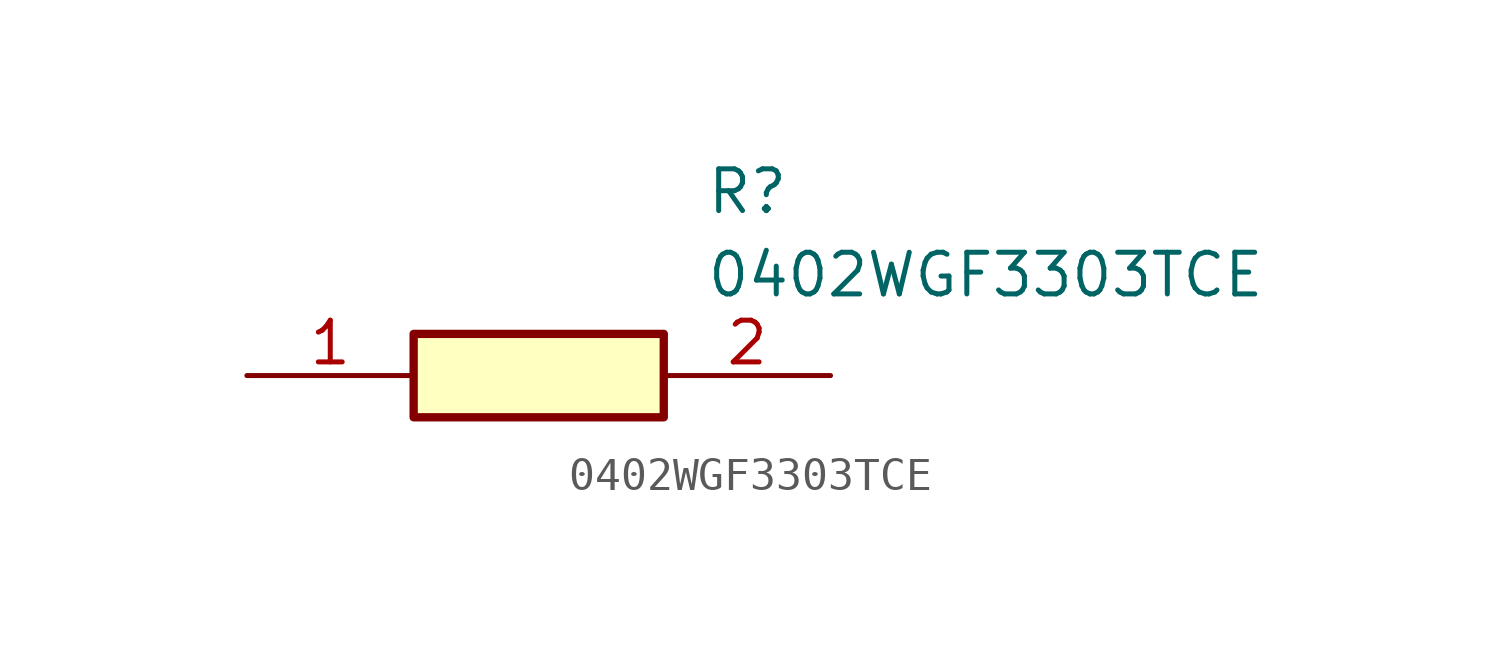
<source format=kicad_sym>
(kicad_symbol_lib
  (version 20211014)
  (generator SamacSys_ECAD_Model)
  (symbol "0402WGF3303TCE"
    (pin_names hide)
    (property "Reference" "R"
      (at 13.97 6.35 0)
      (effects (font (size 1.27 1.27)) (justify left top)))
    (property "Value" "0402WGF3303TCE"
      (at 13.97 3.81 0)
      (effects (font (size 1.27 1.27)) (justify left top)))
    (rectangle
      (start 5.08 1.27)
      (end 12.7 -1.27)
      (stroke (width 0.254) (type default))
      (fill (type background)))
    (pin passive line
      (at 0 0 0)
      (length 5.08)
      (name "1" (effects (font (size 1.27 1.27))))
      (number "1" (effects (font (size 1.27 1.27)))))
    (pin passive line
      (at 17.78 0 180)
      (length 5.08)
      (name "2" (effects (font (size 1.27 1.27))))
      (number "2" (effects (font (size 1.27 1.27)))))))
</source>
